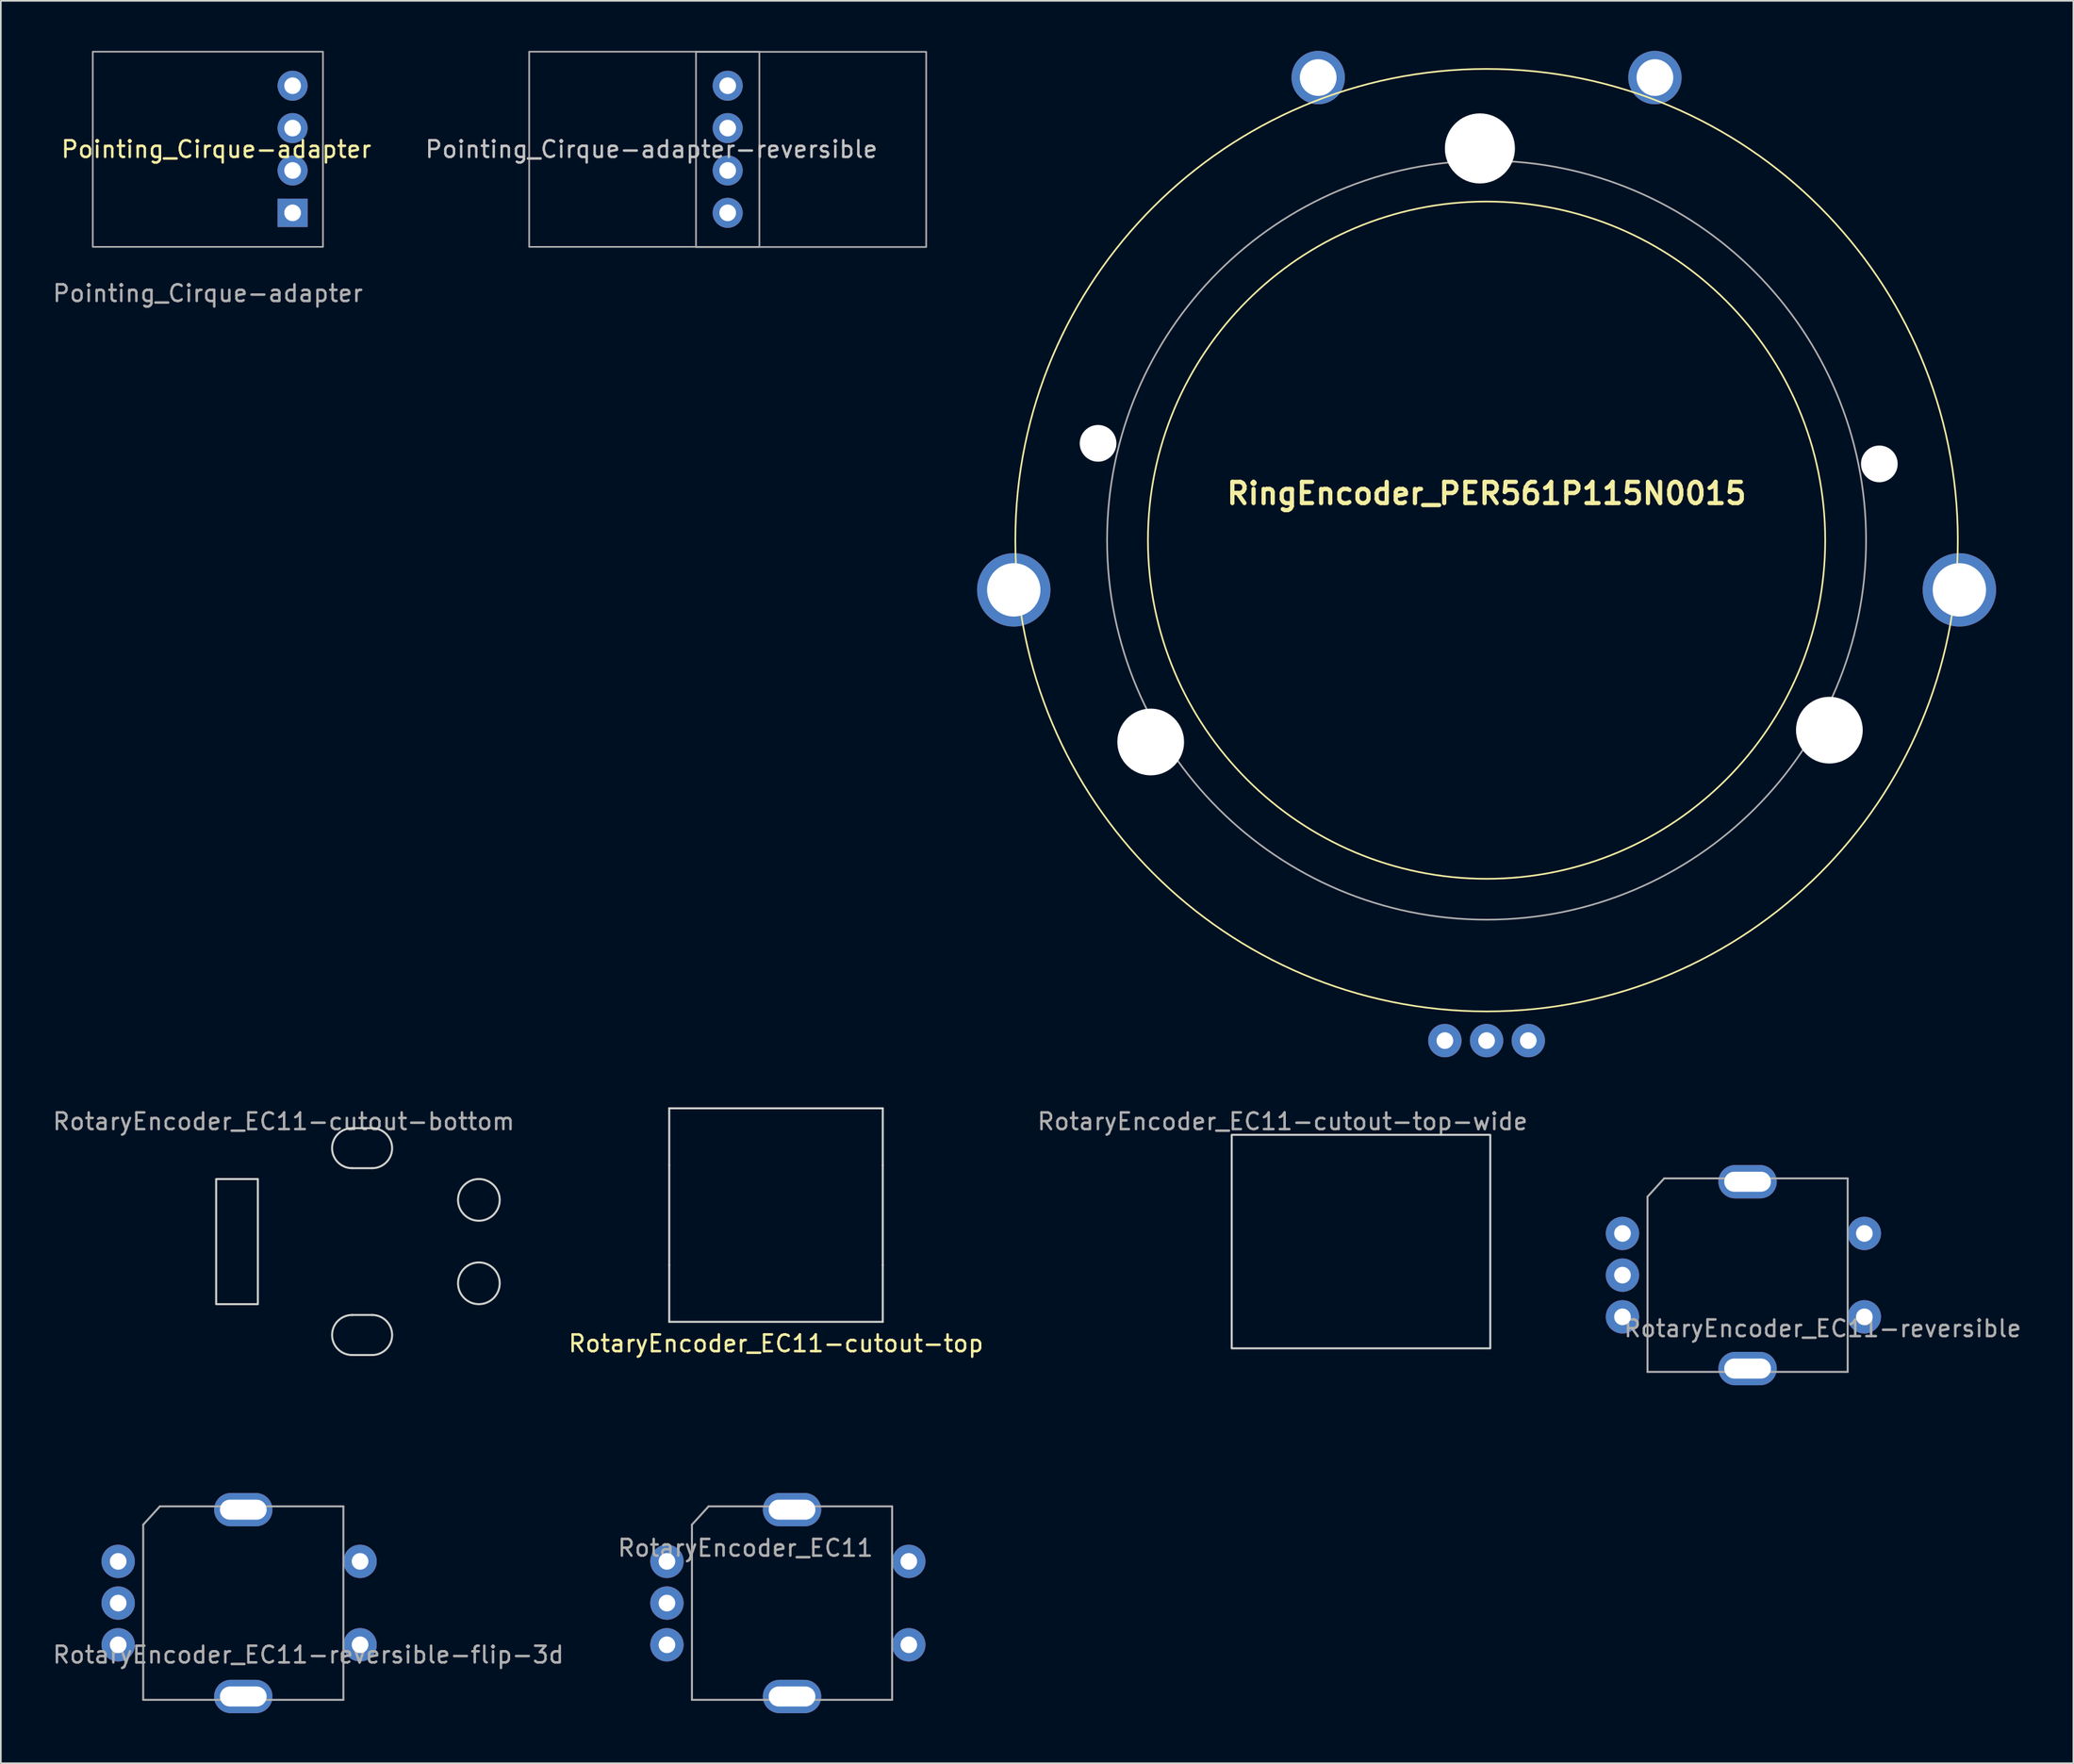
<source format=kicad_pcb>
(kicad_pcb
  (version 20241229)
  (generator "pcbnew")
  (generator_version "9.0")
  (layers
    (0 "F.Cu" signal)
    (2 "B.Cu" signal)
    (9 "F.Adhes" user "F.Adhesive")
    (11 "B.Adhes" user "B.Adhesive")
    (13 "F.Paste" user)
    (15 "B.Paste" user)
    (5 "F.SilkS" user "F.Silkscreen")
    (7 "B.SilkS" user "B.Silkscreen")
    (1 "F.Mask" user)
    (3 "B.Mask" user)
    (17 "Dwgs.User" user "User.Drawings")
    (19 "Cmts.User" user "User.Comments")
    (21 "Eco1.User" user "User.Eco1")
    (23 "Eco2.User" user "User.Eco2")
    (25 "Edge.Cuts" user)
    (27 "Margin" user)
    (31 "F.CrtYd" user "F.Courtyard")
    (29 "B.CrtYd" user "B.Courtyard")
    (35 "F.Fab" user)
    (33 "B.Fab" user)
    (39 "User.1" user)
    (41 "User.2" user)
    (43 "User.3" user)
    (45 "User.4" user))
  (footprint "RotaryEncoder_EC11-cutout-top"
    (layer "F.Cu")
    (at 43.47 69.793)
    (property "Reference" "RotaryEncoder_EC11-cutout-top" (at 0 7.7 0) (unlocked yes) (layer "F.SilkS") (effects (font (size 1 1) (thickness 0.15))))
    (attr through_hole)
    (fp_line (start -6.4 -6.4) (end -6.4 -3) (stroke (width 0.12) (type solid)) (layer "Edge.Cuts"))
    (fp_line (start -6.4 -6.4) (end 6.4 -6.4) (stroke (width 0.12) (type solid)) (layer "Edge.Cuts"))
    (fp_line (start -6.4 -3) (end -6.4 3) (stroke (width 0.12) (type solid)) (layer "Edge.Cuts"))
    (fp_line (start -6.4 3) (end -6.4 6.4) (stroke (width 0.12) (type solid)) (layer "Edge.Cuts"))
    (fp_line (start 6.4 -3) (end 6.4 -6.4) (stroke (width 0.12) (type solid)) (layer "Edge.Cuts"))
    (fp_line (start 6.4 -3) (end 6.4 3) (stroke (width 0.12) (type solid)) (layer "Edge.Cuts"))
    (fp_line (start 6.4 6.4) (end -6.4 6.4) (stroke (width 0.12) (type solid)) (layer "Edge.Cuts"))
    (fp_line (start 6.4 6.4) (end 6.4 3) (stroke (width 0.12) (type solid)) (layer "Edge.Cuts")))
  (footprint "RotaryEncoder_EC11"
    (layer "F.Cu")
    (at 44.431 93.053)
    (property "Reference" "RotaryEncoder_EC11" (at -2.794 -3.302 0) (layer "F.Fab") (effects (font (size 1 1) (thickness 0.15))))
    (attr through_hole)
    (fp_line (start -6 -4.7) (end -5 -5.8) (stroke (width 0.12) (type solid)) (layer "F.Fab"))
    (fp_line (start -6 5.8) (end -6 -4.7) (stroke (width 0.12) (type solid)) (layer "F.Fab"))
    (fp_line (start -5 -5.8) (end 6 -5.8) (stroke (width 0.12) (type solid)) (layer "F.Fab"))
    (fp_line (start 6 -5.8) (end 6 5.8) (stroke (width 0.12) (type solid)) (layer "F.Fab"))
    (fp_line (start 6 5.8) (end -6 5.8) (stroke (width 0.12) (type solid)) (layer "F.Fab"))
    (pad "" thru_hole oval (at 0 -5.6) (size 3.5 2) (drill oval 2.8 1.2) (layers "*.Cu" "*.Mask"))
    (pad "" thru_hole oval (at 0 5.6) (size 3.5 2) (drill oval 2.8 1.2) (layers "*.Cu" "*.Mask"))
    (pad "A" thru_hole circle (at -7.5 -2.5) (size 2 2) (drill 1) (layers "*.Cu" "B.Mask"))
    (pad "B" thru_hole circle (at -7.5 2.5) (size 2 2) (drill 1) (layers "*.Cu" "B.Mask"))
    (pad "C" thru_hole circle (at -7.5 0) (size 2 2) (drill 1) (layers "*.Cu" "B.Mask"))
    (pad "S1" thru_hole circle (at 7 2.5) (size 2 2) (drill 1) (layers "*.Cu" "B.Mask"))
    (pad "S2" thru_hole circle (at 7 -2.5) (size 2 2) (drill 1) (layers "*.Cu" "B.Mask")))
  (footprint "Pointing_Cirque-adapter-reversible"
    (layer "F.Cu")
    (at 40.574 2.09)
    (property "Reference" "Pointing_Cirque-adapter-reversible" (at -4.572 3.81 0) (unlocked yes) (layer "Dwgs.User") (effects (font (size 1 1) (thickness 0.15))))
    (attr through_hole)
    (fp_rect (start -11.9 -2.04) (end 1.9 9.66) (stroke (width 0.1) (type solid)) (fill no) (layer "F.Fab"))
    (fp_rect (start -1.9 -2.032) (end 11.9 9.668) (stroke (width 0.1) (type solid)) (fill no) (layer "F.Fab"))
    (pad "1" thru_hole circle (at 0 0) (size 1.8 1.8) (drill 1) (layers "*.Cu" "*.Mask"))
    (pad "2" thru_hole circle (at 0 2.54) (size 1.8 1.8) (drill 1) (layers "*.Cu" "*.Mask"))
    (pad "3" thru_hole circle (at 0 5.08) (size 1.8 1.8) (drill 1) (layers "*.Cu" "*.Mask"))
    (pad "4" thru_hole circle (at 0 7.62) (size 1.8 1.8) (drill 1) (layers "*.Cu" "*.Mask")))
  (footprint "RingEncoder_PER561P115N0015"
    (layer "F.Cu")
    (at 86.068 29.333)
    (property "Reference" "RingEncoder_PER561P115N0015" (at 0 -2.8 0) (layer "F.SilkS") (effects (font (size 1.27 1.27) (thickness 0.254))))
    (attr through_hole)
    (fp_circle (center 0 0) (end 20.3 0) (stroke (width 0.1) (type solid)) (fill no) (layer "F.SilkS"))
    (fp_circle (center 0 0) (end 28.25 0) (stroke (width 0.1) (type solid)) (fill no) (layer "F.SilkS"))
    (fp_circle (center 0 0) (end 22.75 0) (stroke (width 0.1) (type solid)) (fill no) (layer "F.Fab"))
    (fp_circle (center -28.344 2.979) (end -26.594 2.979) (stroke (width 0.1) (type solid)) (fill no) (layer "User.7"))
    (fp_circle (center -23.29 -5.806) (end -22.19 -5.806) (stroke (width 0.1) (type solid)) (fill no) (layer "User.7"))
    (fp_circle (center -20.135 12.098) (end -18.135 12.098) (stroke (width 0.1) (type solid)) (fill no) (layer "User.7"))
    (fp_circle (center -10.094 -27.733) (end -8.994 -27.733) (stroke (width 0.1) (type solid)) (fill no) (layer "User.7"))
    (fp_circle (center -0.4 -23.485) (end 1.6 -23.485) (stroke (width 0.1) (type solid)) (fill no) (layer "User.7"))
    (fp_circle (center 10.092 -27.733) (end 11.192 -27.733) (stroke (width 0.1) (type solid)) (fill no) (layer "User.7"))
    (fp_circle (center 20.549 11.39) (end 22.549 11.39) (stroke (width 0.1) (type solid)) (fill no) (layer "User.7"))
    (fp_circle (center 23.544 -4.573) (end 24.644 -4.573) (stroke (width 0.1) (type solid)) (fill no) (layer "User.7"))
    (fp_circle (center 28.344 2.979) (end 30.094 2.979) (stroke (width 0.1) (type solid)) (fill no) (layer "User.7"))
    (pad "" np_thru_hole circle (at -23.29 -5.806) (size 2.2 2.2) (drill 2.2) (layers "*.Cu" "*.Mask"))
    (pad "" np_thru_hole circle (at -20.135 12.098) (size 4 4) (drill 4) (layers "*.Cu" "*.Mask"))
    (pad "" np_thru_hole circle (at -0.4 -23.485) (size 4.2 4.2) (drill 4.2) (layers "*.Cu" "*.Mask"))
    (pad "" np_thru_hole circle (at 20.549 11.39) (size 4 4) (drill 4) (layers "*.Cu" "*.Mask"))
    (pad "" np_thru_hole circle (at 23.544 -4.573) (size 2.2 2.2) (drill 2.2) (layers "*.Cu" "*.Mask"))
    (pad "A" thru_hole circle (at -2.5 30) (size 2 2) (drill 1) (layers "*.Cu" "*.Mask"))
    (pad "B" thru_hole circle (at 2.5 30) (size 2 2) (drill 1) (layers "*.Cu" "*.Mask"))
    (pad "C" thru_hole circle (at 0 30) (size 2 2) (drill 1) (layers "*.Cu" "*.Mask"))
    (pad "MP" thru_hole circle (at -28.344 2.979) (size 4.4 4.4) (drill oval 3.2) (layers "*.Cu" "*.Mask"))
    (pad "MP" thru_hole circle (at -10.094 -27.733) (size 3.2 3.2) (drill 2.2) (layers "*.Cu" "*.Mask"))
    (pad "MP" thru_hole circle (at 10.092 -27.733) (size 3.2 3.2) (drill 2.2) (layers "*.Cu" "*.Mask"))
    (pad "MP" thru_hole circle (at 28.344 2.979) (size 4.4 4.4) (drill oval 3.2) (layers "*.Cu" "*.Mask")))
  (footprint "RotaryEncoder_EC11-cutout-bottom"
    (layer "F.Cu")
    (at 18.658 71.382)
    (property "Reference" "RotaryEncoder_EC11-cutout-bottom" (at -4.7 -7.2 0) (layer "F.Fab") (effects (font (size 1 1) (thickness 0.15))))
    (attr through_hole)
    (fp_line (start -0.6 -6.8) (end 0.6 -6.8) (stroke (width 0.12) (type solid)) (layer "Edge.Cuts"))
    (fp_line (start -0.6 -4.4) (end 0.6 -4.4) (stroke (width 0.12) (type solid)) (layer "Edge.Cuts"))
    (fp_line (start -0.6 4.4) (end 0.6 4.4) (stroke (width 0.12) (type solid)) (layer "Edge.Cuts"))
    (fp_line (start -0.6 6.8) (end 0.6 6.8) (stroke (width 0.12) (type solid)) (layer "Edge.Cuts"))
    (fp_rect (start -8.75 -3.75) (end -6.25 3.75) (stroke (width 0.12) (type solid)) (fill no) (layer "Edge.Cuts"))
    (fp_arc (start -0.6 -4.4) (mid -1.8 -5.6) (end -0.6 -6.8) (stroke (width 0.12) (type solid)) (layer "Edge.Cuts"))
    (fp_arc (start -0.6 6.8) (mid -1.8 5.6) (end -0.6 4.4) (stroke (width 0.12) (type solid)) (layer "Edge.Cuts"))
    (fp_arc (start 0.6 -6.8) (mid 1.8 -5.6) (end 0.6 -4.4) (stroke (width 0.12) (type solid)) (layer "Edge.Cuts"))
    (fp_arc (start 0.6 4.4) (mid 1.8 5.6) (end 0.6 6.8) (stroke (width 0.12) (type solid)) (layer "Edge.Cuts"))
    (fp_circle (center 7 -2.5) (end 7 -3.75) (stroke (width 0.12) (type solid)) (fill no) (layer "Edge.Cuts"))
    (fp_circle (center 7 2.5) (end 7 1.25) (stroke (width 0.12) (type solid)) (fill no) (layer "Edge.Cuts")))
  (footprint "RotaryEncoder_EC11-cutout-top-wide"
    (layer "F.Cu")
    (at 78.539 71.382)
    (property "Reference" "RotaryEncoder_EC11-cutout-top-wide" (at -4.7 -7.2 0) (layer "F.Fab") (effects (font (size 1 1) (thickness 0.15))))
    (attr through_hole)
    (fp_rect (start -7.75 -6.4) (end 7.75 6.4) (stroke (width 0.12) (type solid)) (fill no) (layer "Edge.Cuts")))
  (footprint "RotaryEncoder_EC11-reversible-flip-3d"
    (layer "F.Cu")
    (at 11.535 93.053)
    (property "Reference" "RotaryEncoder_EC11-reversible-flip-3d" (at 3.9 3.1 0) (layer "F.Fab") (effects (font (size 1 1) (thickness 0.15))))
    (attr through_hole)
    (fp_line (start -6 -4.7) (end -5 -5.8) (stroke (width 0.12) (type solid)) (layer "F.Fab"))
    (fp_line (start -6 5.8) (end -6 -4.7) (stroke (width 0.12) (type solid)) (layer "F.Fab"))
    (fp_line (start -5 -5.8) (end 6 -5.8) (stroke (width 0.12) (type solid)) (layer "F.Fab"))
    (fp_line (start 6 -5.8) (end 6 5.8) (stroke (width 0.12) (type solid)) (layer "F.Fab"))
    (fp_line (start 6 5.8) (end -6 5.8) (stroke (width 0.12) (type solid)) (layer "F.Fab"))
    (pad "" thru_hole oval (at 0 -5.6) (size 3.5 2) (drill oval 2.8 1.2) (layers "*.Cu" "*.Mask"))
    (pad "" thru_hole oval (at 0 5.6) (size 3.5 2) (drill oval 2.8 1.2) (layers "*.Cu" "*.Mask"))
    (pad "A" thru_hole circle (at -7.5 -2.5) (size 2 2) (drill 1) (layers "*.Cu" "*.Mask"))
    (pad "B" thru_hole circle (at -7.5 2.5) (size 2 2) (drill 1) (layers "*.Cu" "*.Mask"))
    (pad "C" thru_hole circle (at -7.5 0) (size 2 2) (drill 1) (layers "*.Cu" "*.Mask"))
    (pad "S1" thru_hole circle (at 7 2.5) (size 2 2) (drill 1) (layers "*.Cu" "*.Mask"))
    (pad "S2" thru_hole circle (at 7 -2.5) (size 2 2) (drill 1) (layers "*.Cu" "*.Mask")))
  (footprint "RotaryEncoder_EC11-reversible"
    (layer "F.Cu")
    (at 101.715 73.393)
    (property "Reference" "RotaryEncoder_EC11-reversible" (at 4.5 3.2 0) (layer "F.Fab") (effects (font (size 1 1) (thickness 0.15))))
    (attr through_hole)
    (fp_circle (center 0 0) (end 0 -10) (stroke (width 0.12) (type solid)) (fill no) (layer "Eco1.User"))
    (fp_line (start -6 -4.7) (end -5 -5.8) (stroke (width 0.12) (type solid)) (layer "F.Fab"))
    (fp_line (start -6 5.8) (end -6 -4.7) (stroke (width 0.12) (type solid)) (layer "F.Fab"))
    (fp_line (start -5 -5.8) (end 6 -5.8) (stroke (width 0.12) (type solid)) (layer "F.Fab"))
    (fp_line (start 6 -5.8) (end 6 5.8) (stroke (width 0.12) (type solid)) (layer "F.Fab"))
    (fp_line (start 6 5.8) (end -6 5.8) (stroke (width 0.12) (type solid)) (layer "F.Fab"))
    (pad "" thru_hole oval (at 0 -5.6) (size 3.5 2) (drill oval 2.8 1.2) (layers "*.Cu" "*.Mask"))
    (pad "" thru_hole oval (at 0 5.6) (size 3.5 2) (drill oval 2.8 1.2) (layers "*.Cu" "*.Mask"))
    (pad "A" thru_hole circle (at -7.5 -2.5) (size 2 2) (drill 1) (layers "*.Cu" "*.Mask"))
    (pad "B" thru_hole circle (at -7.5 2.5) (size 2 2) (drill 1) (layers "*.Cu" "*.Mask"))
    (pad "C" thru_hole circle (at -7.5 0) (size 2 2) (drill 1) (layers "*.Cu" "*.Mask"))
    (pad "S1" thru_hole circle (at 7 2.5) (size 2 2) (drill 1) (layers "*.Cu" "*.Mask"))
    (pad "S2" thru_hole circle (at 7 -2.5) (size 2 2) (drill 1) (layers "*.Cu" "*.Mask")))
  (footprint "Pointing_Cirque-adapter"
    (layer "F.Cu")
    (at 9.411 5.9)
    (property "Reference" "Pointing_Cirque-adapter" (at 0.508 0 0) (unlocked yes) (layer "F.SilkS") (effects (font (size 1 1) (thickness 0.15))))
    (attr through_hole)
    (fp_rect (start -6.9 -5.85) (end 6.9 5.85) (stroke (width 0.1) (type solid)) (fill no) (layer "F.Fab"))
    (fp_text user "${REFERENCE}" (at 0 8.636 0) (unlocked yes) (layer "F.Fab") (effects (font (size 1 1) (thickness 0.15))))
    (pad "1" thru_hole circle (at 5.08 -3.81) (size 1.8 1.8) (drill 1) (layers "*.Cu" "*.Mask"))
    (pad "2" thru_hole circle (at 5.08 -1.27) (size 1.8 1.8) (drill 1) (layers "*.Cu" "*.Mask"))
    (pad "3" thru_hole circle (at 5.08 1.27) (size 1.8 1.8) (drill 1) (layers "*.Cu" "*.Mask"))
    (pad "4" thru_hole rect (at 5.08 3.81) (size 1.8 1.7) (drill 1) (layers "*.Cu" "*.Mask")))
  (gr_rect
    (start -3 -3)
    (end 121.245 102.653)
    (stroke (width 0.1) (type default))
    (fill no)
    (layer "Edge.Cuts")))
</source>
